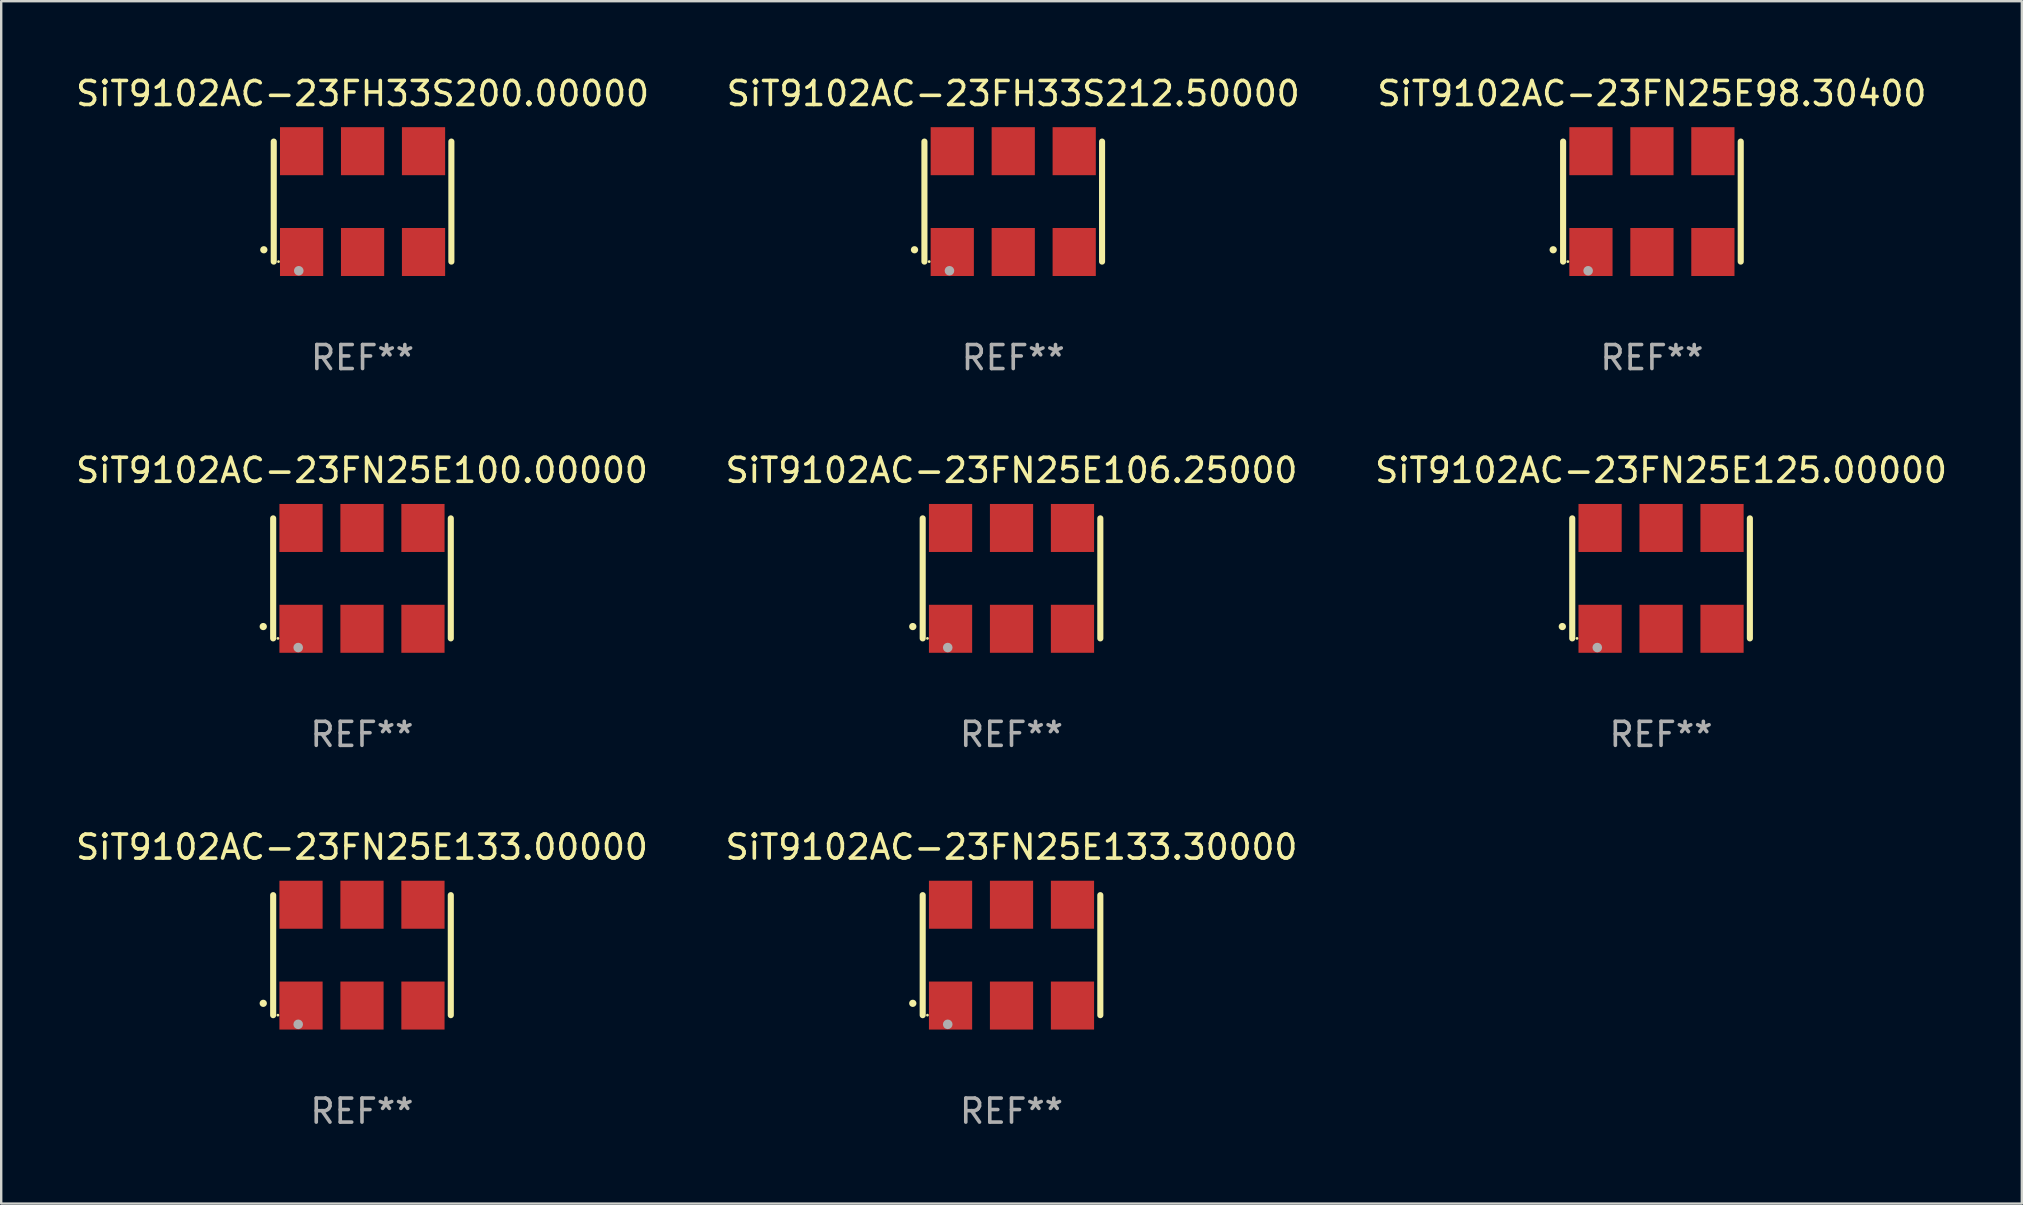
<source format=kicad_pcb>
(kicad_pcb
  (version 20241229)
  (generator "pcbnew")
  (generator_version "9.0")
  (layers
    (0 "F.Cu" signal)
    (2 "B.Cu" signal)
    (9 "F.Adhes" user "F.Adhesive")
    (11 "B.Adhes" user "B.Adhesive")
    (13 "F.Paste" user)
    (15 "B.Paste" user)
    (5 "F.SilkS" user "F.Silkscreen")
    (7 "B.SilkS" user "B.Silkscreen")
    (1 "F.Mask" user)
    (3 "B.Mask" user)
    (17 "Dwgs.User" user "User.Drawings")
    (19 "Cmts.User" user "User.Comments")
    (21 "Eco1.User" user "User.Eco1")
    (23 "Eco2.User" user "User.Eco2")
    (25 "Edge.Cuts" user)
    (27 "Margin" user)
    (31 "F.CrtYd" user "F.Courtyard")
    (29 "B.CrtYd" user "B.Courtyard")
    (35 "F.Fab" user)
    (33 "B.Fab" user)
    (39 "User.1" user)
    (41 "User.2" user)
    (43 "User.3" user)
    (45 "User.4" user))
  (footprint "SiT9102AC-23FN25E133.00000"
    (layer "F.Cu")
    (at 12.03 36.741)
    (property "Reference" "SiT9102AC-23FN25E133.00000" (at 0 -4.5 0) (layer "F.SilkS") (effects (font (size 1 1) (thickness 0.15))))
    (attr through_hole)
    (fp_line (start -3.7 -2.5) (end -3.7 2.5) (stroke (width 0.254) (type solid)) (layer "F.SilkS"))
    (fp_line (start 3.7 -2.5) (end 3.7 2.5) (stroke (width 0.254) (type solid)) (layer "F.SilkS"))
    (fp_arc (start -4.114415 2.006604) (mid -4.113145 2.006599) (end -4.111875 2.006604) (stroke (width 0.3) (type solid)) (layer "F.SilkS"))
    (fp_circle (center -3.502 2.5) (end -3.472 2.5) (stroke (width 0.06) (type solid)) (fill no) (layer "F.SilkS"))
    (fp_circle (center -2.657 2.882) (end -2.557 2.882) (stroke (width 0.2) (type solid)) (fill no) (layer "F.Fab"))
    (fp_text user "REF**" (at 0 6.5 0) (layer "F.Fab") (effects (font (size 1 1) (thickness 0.15))))
    (pad "1" smd rect (at -2.54 2.1) (size 1.8 2) (layers "F.Cu" "F.Mask" "F.Paste"))
    (pad "2" smd rect (at 0.000394 2.1) (size 1.8 2) (layers "F.Cu" "F.Mask" "F.Paste"))
    (pad "3" smd rect (at 2.54 2.1) (size 1.8 2) (layers "F.Cu" "F.Mask" "F.Paste"))
    (pad "4" smd rect (at 2.54 -2.1) (size 1.8 2) (layers "F.Cu" "F.Mask" "F.Paste"))
    (pad "5" smd rect (at 0.000394 -2.1) (size 1.8 2) (layers "F.Cu" "F.Mask" "F.Paste"))
    (pad "6" smd rect (at -2.54 -2.1) (size 1.8 2) (layers "F.Cu" "F.Mask" "F.Paste")))
  (footprint "SiT9102AC-23FN25E125.00000"
    (layer "F.Cu")
    (at 66.149 21.045)
    (property "Reference" "SiT9102AC-23FN25E125.00000" (at 0 -4.5 0) (layer "F.SilkS") (effects (font (size 1 1) (thickness 0.15))))
    (attr through_hole)
    (fp_line (start -3.7 -2.5) (end -3.7 2.5) (stroke (width 0.254) (type solid)) (layer "F.SilkS"))
    (fp_line (start 3.7 -2.5) (end 3.7 2.5) (stroke (width 0.254) (type solid)) (layer "F.SilkS"))
    (fp_arc (start -4.114415 2.006604) (mid -4.113145 2.006599) (end -4.111875 2.006604) (stroke (width 0.3) (type solid)) (layer "F.SilkS"))
    (fp_circle (center -3.502 2.5) (end -3.472 2.5) (stroke (width 0.06) (type solid)) (fill no) (layer "F.SilkS"))
    (fp_circle (center -2.657 2.882) (end -2.557 2.882) (stroke (width 0.2) (type solid)) (fill no) (layer "F.Fab"))
    (fp_text user "REF**" (at 0 6.5 0) (layer "F.Fab") (effects (font (size 1 1) (thickness 0.15))))
    (pad "1" smd rect (at -2.54 2.1) (size 1.8 2) (layers "F.Cu" "F.Mask" "F.Paste"))
    (pad "2" smd rect (at 0.000394 2.1) (size 1.8 2) (layers "F.Cu" "F.Mask" "F.Paste"))
    (pad "3" smd rect (at 2.54 2.1) (size 1.8 2) (layers "F.Cu" "F.Mask" "F.Paste"))
    (pad "4" smd rect (at 2.54 -2.1) (size 1.8 2) (layers "F.Cu" "F.Mask" "F.Paste"))
    (pad "5" smd rect (at 0.000394 -2.1) (size 1.8 2) (layers "F.Cu" "F.Mask" "F.Paste"))
    (pad "6" smd rect (at -2.54 -2.1) (size 1.8 2) (layers "F.Cu" "F.Mask" "F.Paste")))
  (footprint "SiT9102AC-23FN25E98.30400"
    (layer "F.Cu")
    (at 65.768 5.348)
    (property "Reference" "SiT9102AC-23FN25E98.30400" (at 0 -4.5 0) (layer "F.SilkS") (effects (font (size 1 1) (thickness 0.15))))
    (attr through_hole)
    (fp_line (start -3.7 -2.5) (end -3.7 2.5) (stroke (width 0.254) (type solid)) (layer "F.SilkS"))
    (fp_line (start 3.7 -2.5) (end 3.7 2.5) (stroke (width 0.254) (type solid)) (layer "F.SilkS"))
    (fp_arc (start -4.114415 2.006604) (mid -4.113145 2.006599) (end -4.111875 2.006604) (stroke (width 0.3) (type solid)) (layer "F.SilkS"))
    (fp_circle (center -3.502 2.5) (end -3.472 2.5) (stroke (width 0.06) (type solid)) (fill no) (layer "F.SilkS"))
    (fp_circle (center -2.657 2.882) (end -2.557 2.882) (stroke (width 0.2) (type solid)) (fill no) (layer "F.Fab"))
    (fp_text user "REF**" (at 0 6.5 0) (layer "F.Fab") (effects (font (size 1 1) (thickness 0.15))))
    (pad "1" smd rect (at -2.54 2.1) (size 1.8 2) (layers "F.Cu" "F.Mask" "F.Paste"))
    (pad "2" smd rect (at 0.000394 2.1) (size 1.8 2) (layers "F.Cu" "F.Mask" "F.Paste"))
    (pad "3" smd rect (at 2.54 2.1) (size 1.8 2) (layers "F.Cu" "F.Mask" "F.Paste"))
    (pad "4" smd rect (at 2.54 -2.1) (size 1.8 2) (layers "F.Cu" "F.Mask" "F.Paste"))
    (pad "5" smd rect (at 0.000394 -2.1) (size 1.8 2) (layers "F.Cu" "F.Mask" "F.Paste"))
    (pad "6" smd rect (at -2.54 -2.1) (size 1.8 2) (layers "F.Cu" "F.Mask" "F.Paste")))
  (footprint "SiT9102AC-23FN25E100.00000"
    (layer "F.Cu")
    (at 12.03 21.045)
    (property "Reference" "SiT9102AC-23FN25E100.00000" (at 0 -4.5 0) (layer "F.SilkS") (effects (font (size 1 1) (thickness 0.15))))
    (attr through_hole)
    (fp_line (start -3.7 -2.5) (end -3.7 2.5) (stroke (width 0.254) (type solid)) (layer "F.SilkS"))
    (fp_line (start 3.7 -2.5) (end 3.7 2.5) (stroke (width 0.254) (type solid)) (layer "F.SilkS"))
    (fp_arc (start -4.114415 2.006604) (mid -4.113145 2.006599) (end -4.111875 2.006604) (stroke (width 0.3) (type solid)) (layer "F.SilkS"))
    (fp_circle (center -3.502 2.5) (end -3.472 2.5) (stroke (width 0.06) (type solid)) (fill no) (layer "F.SilkS"))
    (fp_circle (center -2.657 2.882) (end -2.557 2.882) (stroke (width 0.2) (type solid)) (fill no) (layer "F.Fab"))
    (fp_text user "REF**" (at 0 6.5 0) (layer "F.Fab") (effects (font (size 1 1) (thickness 0.15))))
    (pad "1" smd rect (at -2.54 2.1) (size 1.8 2) (layers "F.Cu" "F.Mask" "F.Paste"))
    (pad "2" smd rect (at 0.000394 2.1) (size 1.8 2) (layers "F.Cu" "F.Mask" "F.Paste"))
    (pad "3" smd rect (at 2.54 2.1) (size 1.8 2) (layers "F.Cu" "F.Mask" "F.Paste"))
    (pad "4" smd rect (at 2.54 -2.1) (size 1.8 2) (layers "F.Cu" "F.Mask" "F.Paste"))
    (pad "5" smd rect (at 0.000394 -2.1) (size 1.8 2) (layers "F.Cu" "F.Mask" "F.Paste"))
    (pad "6" smd rect (at -2.54 -2.1) (size 1.8 2) (layers "F.Cu" "F.Mask" "F.Paste")))
  (footprint "SiT9102AC-23FH33S212.50000"
    (layer "F.Cu")
    (at 39.161 5.348)
    (property "Reference" "SiT9102AC-23FH33S212.50000" (at 0 -4.5 0) (layer "F.SilkS") (effects (font (size 1 1) (thickness 0.15))))
    (attr through_hole)
    (fp_line (start -3.7 -2.5) (end -3.7 2.5) (stroke (width 0.254) (type solid)) (layer "F.SilkS"))
    (fp_line (start 3.7 -2.5) (end 3.7 2.5) (stroke (width 0.254) (type solid)) (layer "F.SilkS"))
    (fp_arc (start -4.114415 2.006604) (mid -4.113145 2.006599) (end -4.111875 2.006604) (stroke (width 0.3) (type solid)) (layer "F.SilkS"))
    (fp_circle (center -3.502 2.5) (end -3.472 2.5) (stroke (width 0.06) (type solid)) (fill no) (layer "F.SilkS"))
    (fp_circle (center -2.657 2.882) (end -2.557 2.882) (stroke (width 0.2) (type solid)) (fill no) (layer "F.Fab"))
    (fp_text user "REF**" (at 0 6.5 0) (layer "F.Fab") (effects (font (size 1 1) (thickness 0.15))))
    (pad "1" smd rect (at -2.54 2.1) (size 1.8 2) (layers "F.Cu" "F.Mask" "F.Paste"))
    (pad "2" smd rect (at 0.000394 2.1) (size 1.8 2) (layers "F.Cu" "F.Mask" "F.Paste"))
    (pad "3" smd rect (at 2.54 2.1) (size 1.8 2) (layers "F.Cu" "F.Mask" "F.Paste"))
    (pad "4" smd rect (at 2.54 -2.1) (size 1.8 2) (layers "F.Cu" "F.Mask" "F.Paste"))
    (pad "5" smd rect (at 0.000394 -2.1) (size 1.8 2) (layers "F.Cu" "F.Mask" "F.Paste"))
    (pad "6" smd rect (at -2.54 -2.1) (size 1.8 2) (layers "F.Cu" "F.Mask" "F.Paste")))
  (footprint "SiT9102AC-23FN25E133.30000"
    (layer "F.Cu")
    (at 39.089 36.741)
    (property "Reference" "SiT9102AC-23FN25E133.30000" (at 0 -4.5 0) (layer "F.SilkS") (effects (font (size 1 1) (thickness 0.15))))
    (attr through_hole)
    (fp_line (start -3.7 -2.5) (end -3.7 2.5) (stroke (width 0.254) (type solid)) (layer "F.SilkS"))
    (fp_line (start 3.7 -2.5) (end 3.7 2.5) (stroke (width 0.254) (type solid)) (layer "F.SilkS"))
    (fp_arc (start -4.114415 2.006604) (mid -4.113145 2.006599) (end -4.111875 2.006604) (stroke (width 0.3) (type solid)) (layer "F.SilkS"))
    (fp_circle (center -3.502 2.5) (end -3.472 2.5) (stroke (width 0.06) (type solid)) (fill no) (layer "F.SilkS"))
    (fp_circle (center -2.657 2.882) (end -2.557 2.882) (stroke (width 0.2) (type solid)) (fill no) (layer "F.Fab"))
    (fp_text user "REF**" (at 0 6.5 0) (layer "F.Fab") (effects (font (size 1 1) (thickness 0.15))))
    (pad "1" smd rect (at -2.54 2.1) (size 1.8 2) (layers "F.Cu" "F.Mask" "F.Paste"))
    (pad "2" smd rect (at 0.000394 2.1) (size 1.8 2) (layers "F.Cu" "F.Mask" "F.Paste"))
    (pad "3" smd rect (at 2.54 2.1) (size 1.8 2) (layers "F.Cu" "F.Mask" "F.Paste"))
    (pad "4" smd rect (at 2.54 -2.1) (size 1.8 2) (layers "F.Cu" "F.Mask" "F.Paste"))
    (pad "5" smd rect (at 0.000394 -2.1) (size 1.8 2) (layers "F.Cu" "F.Mask" "F.Paste"))
    (pad "6" smd rect (at -2.54 -2.1) (size 1.8 2) (layers "F.Cu" "F.Mask" "F.Paste")))
  (footprint "SiT9102AC-23FH33S200.00000"
    (layer "F.Cu")
    (at 12.054 5.348)
    (property "Reference" "SiT9102AC-23FH33S200.00000" (at 0 -4.5 0) (layer "F.SilkS") (effects (font (size 1 1) (thickness 0.15))))
    (attr through_hole)
    (fp_line (start -3.7 -2.5) (end -3.7 2.5) (stroke (width 0.254) (type solid)) (layer "F.SilkS"))
    (fp_line (start 3.7 -2.5) (end 3.7 2.5) (stroke (width 0.254) (type solid)) (layer "F.SilkS"))
    (fp_arc (start -4.114415 2.006604) (mid -4.113145 2.006599) (end -4.111875 2.006604) (stroke (width 0.3) (type solid)) (layer "F.SilkS"))
    (fp_circle (center -3.502 2.5) (end -3.472 2.5) (stroke (width 0.06) (type solid)) (fill no) (layer "F.SilkS"))
    (fp_circle (center -2.657 2.882) (end -2.557 2.882) (stroke (width 0.2) (type solid)) (fill no) (layer "F.Fab"))
    (fp_text user "REF**" (at 0 6.5 0) (layer "F.Fab") (effects (font (size 1 1) (thickness 0.15))))
    (pad "1" smd rect (at -2.54 2.1) (size 1.8 2) (layers "F.Cu" "F.Mask" "F.Paste"))
    (pad "2" smd rect (at 0.000394 2.1) (size 1.8 2) (layers "F.Cu" "F.Mask" "F.Paste"))
    (pad "3" smd rect (at 2.54 2.1) (size 1.8 2) (layers "F.Cu" "F.Mask" "F.Paste"))
    (pad "4" smd rect (at 2.54 -2.1) (size 1.8 2) (layers "F.Cu" "F.Mask" "F.Paste"))
    (pad "5" smd rect (at 0.000394 -2.1) (size 1.8 2) (layers "F.Cu" "F.Mask" "F.Paste"))
    (pad "6" smd rect (at -2.54 -2.1) (size 1.8 2) (layers "F.Cu" "F.Mask" "F.Paste")))
  (footprint "SiT9102AC-23FN25E106.25000"
    (layer "F.Cu")
    (at 39.089 21.045)
    (property "Reference" "SiT9102AC-23FN25E106.25000" (at 0 -4.5 0) (layer "F.SilkS") (effects (font (size 1 1) (thickness 0.15))))
    (attr through_hole)
    (fp_line (start -3.7 -2.5) (end -3.7 2.5) (stroke (width 0.254) (type solid)) (layer "F.SilkS"))
    (fp_line (start 3.7 -2.5) (end 3.7 2.5) (stroke (width 0.254) (type solid)) (layer "F.SilkS"))
    (fp_arc (start -4.114415 2.006604) (mid -4.113145 2.006599) (end -4.111875 2.006604) (stroke (width 0.3) (type solid)) (layer "F.SilkS"))
    (fp_circle (center -3.502 2.5) (end -3.472 2.5) (stroke (width 0.06) (type solid)) (fill no) (layer "F.SilkS"))
    (fp_circle (center -2.657 2.882) (end -2.557 2.882) (stroke (width 0.2) (type solid)) (fill no) (layer "F.Fab"))
    (fp_text user "REF**" (at 0 6.5 0) (layer "F.Fab") (effects (font (size 1 1) (thickness 0.15))))
    (pad "1" smd rect (at -2.54 2.1) (size 1.8 2) (layers "F.Cu" "F.Mask" "F.Paste"))
    (pad "2" smd rect (at 0.000394 2.1) (size 1.8 2) (layers "F.Cu" "F.Mask" "F.Paste"))
    (pad "3" smd rect (at 2.54 2.1) (size 1.8 2) (layers "F.Cu" "F.Mask" "F.Paste"))
    (pad "4" smd rect (at 2.54 -2.1) (size 1.8 2) (layers "F.Cu" "F.Mask" "F.Paste"))
    (pad "5" smd rect (at 0.000394 -2.1) (size 1.8 2) (layers "F.Cu" "F.Mask" "F.Paste"))
    (pad "6" smd rect (at -2.54 -2.1) (size 1.8 2) (layers "F.Cu" "F.Mask" "F.Paste")))
  (gr_rect
    (start -3 -3)
    (end 81.179 47.09)
    (stroke (width 0.1) (type default))
    (fill no)
    (layer "Edge.Cuts")))
</source>
